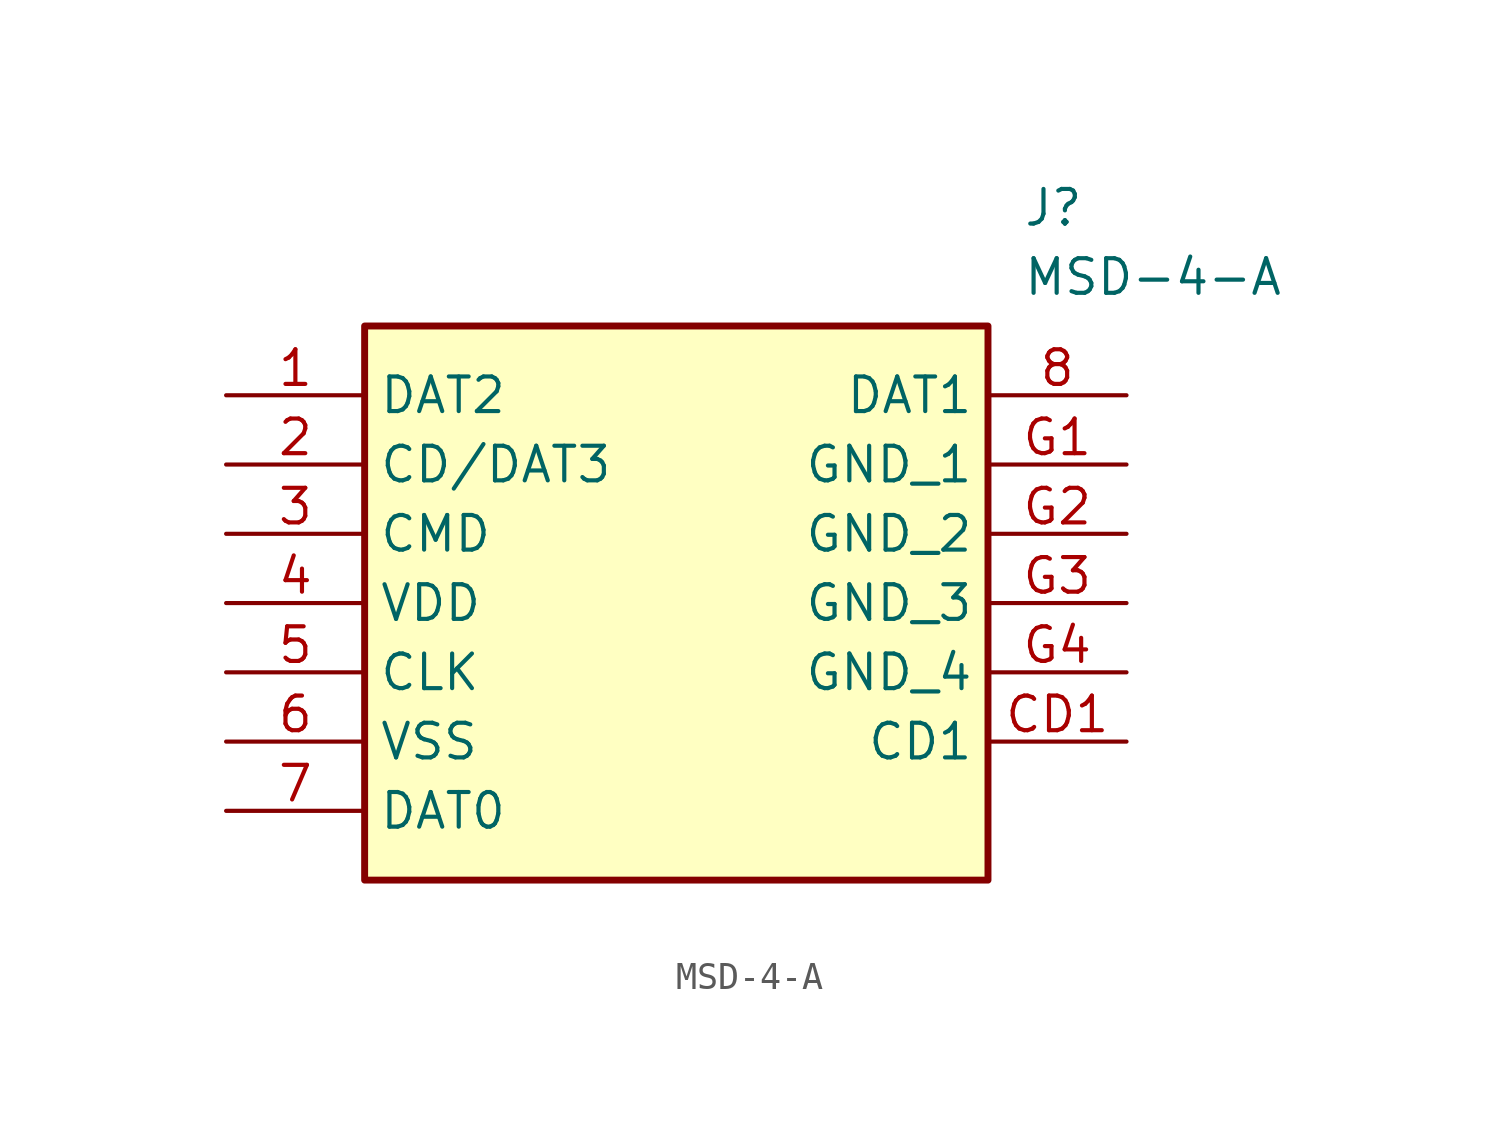
<source format=kicad_sym>
(kicad_symbol_lib
  (version 20211014)
  (generator SamacSys_ECAD_Model)
  (symbol "MSD-4-A"
    (property "Reference" "J"
      (at 29.21 7.62 0)
      (effects (font (size 1.27 1.27)) (justify left top)))
    (property "Value" "MSD-4-A"
      (at 29.21 5.08 0)
      (effects (font (size 1.27 1.27)) (justify left top)))
    (rectangle
      (start 5.08 2.54)
      (end 27.94 -17.78)
      (stroke (width 0.254) (type default))
      (fill (type background)))
    (pin passive line
      (at 0 0 0)
      (length 5.08)
      (name "DAT2" (effects (font (size 1.27 1.27))))
      (number "1" (effects (font (size 1.27 1.27)))))
    (pin passive line
      (at 0 -2.54 0)
      (length 5.08)
      (name "CD/DAT3" (effects (font (size 1.27 1.27))))
      (number "2" (effects (font (size 1.27 1.27)))))
    (pin passive line
      (at 0 -5.08 0)
      (length 5.08)
      (name "CMD" (effects (font (size 1.27 1.27))))
      (number "3" (effects (font (size 1.27 1.27)))))
    (pin passive line
      (at 0 -7.62 0)
      (length 5.08)
      (name "VDD" (effects (font (size 1.27 1.27))))
      (number "4" (effects (font (size 1.27 1.27)))))
    (pin passive line
      (at 0 -10.16 0)
      (length 5.08)
      (name "CLK" (effects (font (size 1.27 1.27))))
      (number "5" (effects (font (size 1.27 1.27)))))
    (pin passive line
      (at 0 -12.7 0)
      (length 5.08)
      (name "VSS" (effects (font (size 1.27 1.27))))
      (number "6" (effects (font (size 1.27 1.27)))))
    (pin passive line
      (at 0 -15.24 0)
      (length 5.08)
      (name "DAT0" (effects (font (size 1.27 1.27))))
      (number "7" (effects (font (size 1.27 1.27)))))
    (pin passive line
      (at 33.02 0 180)
      (length 5.08)
      (name "DAT1" (effects (font (size 1.27 1.27))))
      (number "8" (effects (font (size 1.27 1.27)))))
    (pin passive line
      (at 33.02 -2.54 180)
      (length 5.08)
      (name "GND_1" (effects (font (size 1.27 1.27))))
      (number "G1" (effects (font (size 1.27 1.27)))))
    (pin passive line
      (at 33.02 -5.08 180)
      (length 5.08)
      (name "GND_2" (effects (font (size 1.27 1.27))))
      (number "G2" (effects (font (size 1.27 1.27)))))
    (pin passive line
      (at 33.02 -7.62 180)
      (length 5.08)
      (name "GND_3" (effects (font (size 1.27 1.27))))
      (number "G3" (effects (font (size 1.27 1.27)))))
    (pin passive line
      (at 33.02 -10.16 180)
      (length 5.08)
      (name "GND_4" (effects (font (size 1.27 1.27))))
      (number "G4" (effects (font (size 1.27 1.27)))))
    (pin passive line
      (at 33.02 -12.7 180)
      (length 5.08)
      (name "CD1" (effects (font (size 1.27 1.27))))
      (number "CD1" (effects (font (size 1.27 1.27)))))))
</source>
